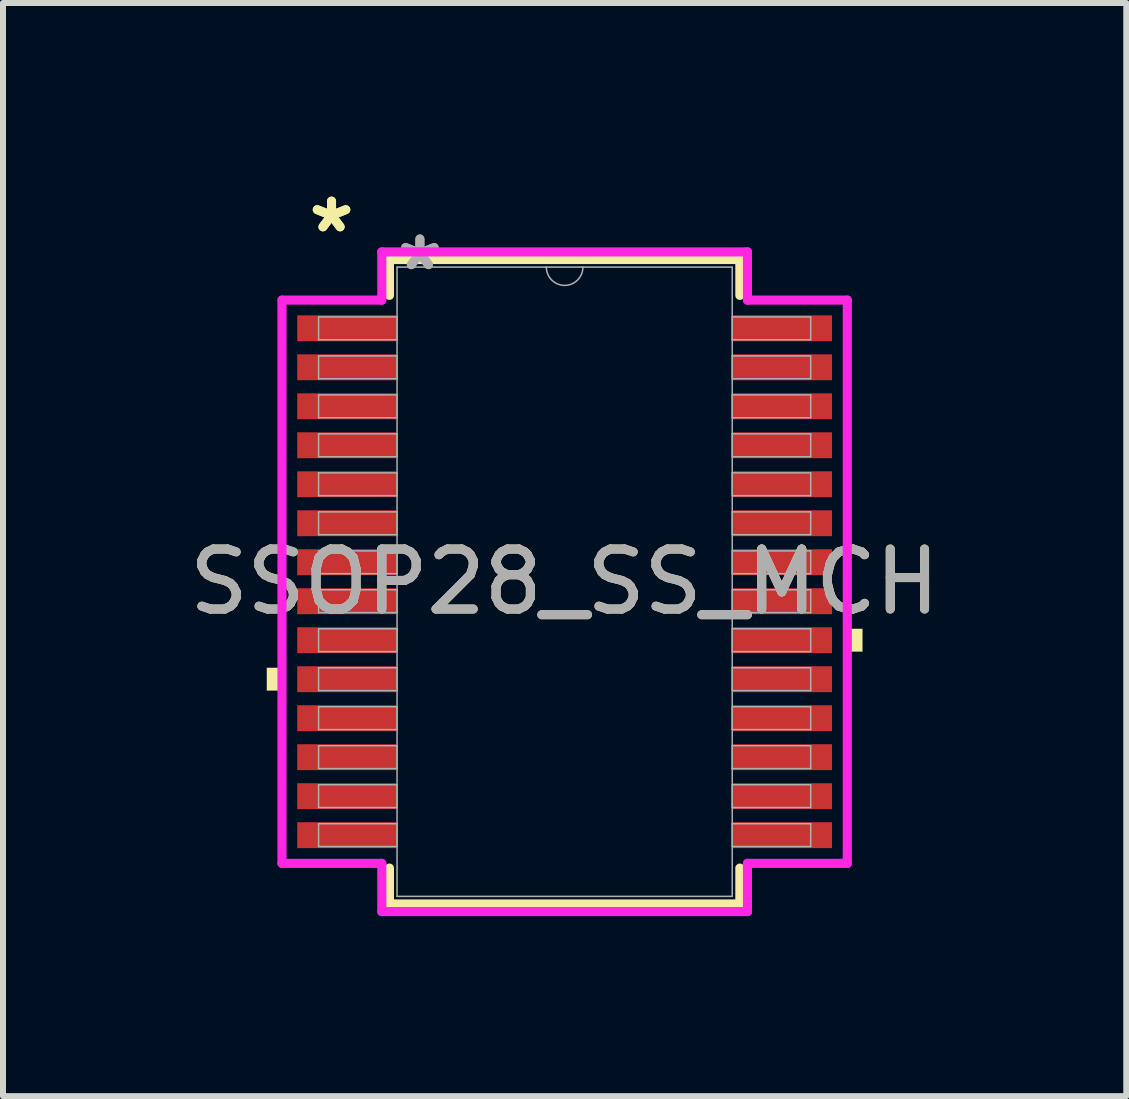
<source format=kicad_pcb>
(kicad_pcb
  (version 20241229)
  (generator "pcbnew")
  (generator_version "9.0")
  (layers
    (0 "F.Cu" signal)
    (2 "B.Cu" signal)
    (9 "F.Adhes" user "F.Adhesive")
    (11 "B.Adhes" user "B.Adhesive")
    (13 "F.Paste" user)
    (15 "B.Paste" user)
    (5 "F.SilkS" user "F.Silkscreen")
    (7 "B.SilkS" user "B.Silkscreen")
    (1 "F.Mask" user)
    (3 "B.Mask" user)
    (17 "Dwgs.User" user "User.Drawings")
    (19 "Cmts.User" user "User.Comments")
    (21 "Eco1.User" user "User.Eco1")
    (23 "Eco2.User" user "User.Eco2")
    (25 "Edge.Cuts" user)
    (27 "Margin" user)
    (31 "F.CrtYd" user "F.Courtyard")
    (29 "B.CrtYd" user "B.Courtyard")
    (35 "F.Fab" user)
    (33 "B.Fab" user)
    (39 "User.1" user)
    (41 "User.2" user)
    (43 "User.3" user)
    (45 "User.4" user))
  (footprint "SSOP28_SS_MCH"
    (layer "F.Cu")
    (at 6.363 6.648)
    (property "Reference" "SSOP28_SS_MCH" (at 0 0 0) (unlocked yes) (layer "F.SilkS") (effects (font (size 1 1) (thickness 0.15))))
    (attr smd)
    (fp_line (start -2.921 -5.372) (end -2.921 -4.774) (stroke (width 0.152) (type solid)) (layer "F.SilkS"))
    (fp_line (start -2.921 4.774) (end -2.921 5.372) (stroke (width 0.152) (type solid)) (layer "F.SilkS"))
    (fp_line (start -2.921 5.372) (end 2.921 5.372) (stroke (width 0.152) (type solid)) (layer "F.SilkS"))
    (fp_line (start 2.921 -5.372) (end -2.921 -5.372) (stroke (width 0.152) (type solid)) (layer "F.SilkS"))
    (fp_line (start 2.921 -4.774) (end 2.921 -5.372) (stroke (width 0.152) (type solid)) (layer "F.SilkS"))
    (fp_line (start 2.921 5.372) (end 2.921 4.774) (stroke (width 0.152) (type solid)) (layer "F.SilkS"))
    (fp_poly (pts (xy -4.966 1.434) (xy -4.966 1.815) (xy -4.712 1.815) (xy -4.712 1.434)) (stroke (width 0) (type solid)) (fill yes) (layer "F.SilkS"))
    (fp_poly (pts (xy 4.966 0.784) (xy 4.966 1.165) (xy 4.712 1.165) (xy 4.712 0.784)) (stroke (width 0) (type solid)) (fill yes) (layer "F.SilkS"))
    (fp_line (start -4.712 -4.695) (end -3.048 -4.695) (stroke (width 0.152) (type solid)) (layer "F.CrtYd"))
    (fp_line (start -4.712 4.695) (end -4.712 -4.695) (stroke (width 0.152) (type solid)) (layer "F.CrtYd"))
    (fp_line (start -4.712 4.695) (end -3.048 4.695) (stroke (width 0.152) (type solid)) (layer "F.CrtYd"))
    (fp_line (start -3.048 -5.499) (end 3.048 -5.499) (stroke (width 0.152) (type solid)) (layer "F.CrtYd"))
    (fp_line (start -3.048 -4.695) (end -3.048 -5.499) (stroke (width 0.152) (type solid)) (layer "F.CrtYd"))
    (fp_line (start -3.048 5.499) (end -3.048 4.695) (stroke (width 0.152) (type solid)) (layer "F.CrtYd"))
    (fp_line (start 3.048 -5.499) (end 3.048 -4.695) (stroke (width 0.152) (type solid)) (layer "F.CrtYd"))
    (fp_line (start 3.048 4.695) (end 3.048 5.499) (stroke (width 0.152) (type solid)) (layer "F.CrtYd"))
    (fp_line (start 3.048 5.499) (end -3.048 5.499) (stroke (width 0.152) (type solid)) (layer "F.CrtYd"))
    (fp_line (start 4.712 -4.695) (end 3.048 -4.695) (stroke (width 0.152) (type solid)) (layer "F.CrtYd"))
    (fp_line (start 4.712 -4.695) (end 4.712 4.695) (stroke (width 0.152) (type solid)) (layer "F.CrtYd"))
    (fp_line (start 4.712 4.695) (end 3.048 4.695) (stroke (width 0.152) (type solid)) (layer "F.CrtYd"))
    (fp_line (start -4.102 -4.415) (end -4.102 -4.034) (stroke (width 0.025) (type solid)) (layer "F.Fab"))
    (fp_line (start -4.102 -4.034) (end -2.794 -4.034) (stroke (width 0.025) (type solid)) (layer "F.Fab"))
    (fp_line (start -4.102 -3.765) (end -4.102 -3.384) (stroke (width 0.025) (type solid)) (layer "F.Fab"))
    (fp_line (start -4.102 -3.384) (end -2.794 -3.384) (stroke (width 0.025) (type solid)) (layer "F.Fab"))
    (fp_line (start -4.102 -3.115) (end -4.102 -2.734) (stroke (width 0.025) (type solid)) (layer "F.Fab"))
    (fp_line (start -4.102 -2.734) (end -2.794 -2.734) (stroke (width 0.025) (type solid)) (layer "F.Fab"))
    (fp_line (start -4.102 -2.465) (end -4.102 -2.084) (stroke (width 0.025) (type solid)) (layer "F.Fab"))
    (fp_line (start -4.102 -2.084) (end -2.794 -2.084) (stroke (width 0.025) (type solid)) (layer "F.Fab"))
    (fp_line (start -4.102 -1.815) (end -4.102 -1.434) (stroke (width 0.025) (type solid)) (layer "F.Fab"))
    (fp_line (start -4.102 -1.434) (end -2.794 -1.434) (stroke (width 0.025) (type solid)) (layer "F.Fab"))
    (fp_line (start -4.102 -1.165) (end -4.102 -0.784) (stroke (width 0.025) (type solid)) (layer "F.Fab"))
    (fp_line (start -4.102 -0.784) (end -2.794 -0.784) (stroke (width 0.025) (type solid)) (layer "F.Fab"))
    (fp_line (start -4.102 -0.515) (end -4.102 -0.134) (stroke (width 0.025) (type solid)) (layer "F.Fab"))
    (fp_line (start -4.102 -0.134) (end -2.794 -0.134) (stroke (width 0.025) (type solid)) (layer "F.Fab"))
    (fp_line (start -4.102 0.134) (end -4.102 0.515) (stroke (width 0.025) (type solid)) (layer "F.Fab"))
    (fp_line (start -4.102 0.515) (end -2.794 0.515) (stroke (width 0.025) (type solid)) (layer "F.Fab"))
    (fp_line (start -4.102 0.784) (end -4.102 1.165) (stroke (width 0.025) (type solid)) (layer "F.Fab"))
    (fp_line (start -4.102 1.165) (end -2.794 1.165) (stroke (width 0.025) (type solid)) (layer "F.Fab"))
    (fp_line (start -4.102 1.434) (end -4.102 1.815) (stroke (width 0.025) (type solid)) (layer "F.Fab"))
    (fp_line (start -4.102 1.815) (end -2.794 1.815) (stroke (width 0.025) (type solid)) (layer "F.Fab"))
    (fp_line (start -4.102 2.084) (end -4.102 2.465) (stroke (width 0.025) (type solid)) (layer "F.Fab"))
    (fp_line (start -4.102 2.465) (end -2.794 2.465) (stroke (width 0.025) (type solid)) (layer "F.Fab"))
    (fp_line (start -4.102 2.734) (end -4.102 3.115) (stroke (width 0.025) (type solid)) (layer "F.Fab"))
    (fp_line (start -4.102 3.115) (end -2.794 3.115) (stroke (width 0.025) (type solid)) (layer "F.Fab"))
    (fp_line (start -4.102 3.384) (end -4.102 3.765) (stroke (width 0.025) (type solid)) (layer "F.Fab"))
    (fp_line (start -4.102 3.765) (end -2.794 3.765) (stroke (width 0.025) (type solid)) (layer "F.Fab"))
    (fp_line (start -4.102 4.034) (end -4.102 4.415) (stroke (width 0.025) (type solid)) (layer "F.Fab"))
    (fp_line (start -4.102 4.415) (end -2.794 4.415) (stroke (width 0.025) (type solid)) (layer "F.Fab"))
    (fp_line (start -2.794 -5.245) (end -2.794 5.245) (stroke (width 0.025) (type solid)) (layer "F.Fab"))
    (fp_line (start -2.794 -4.415) (end -4.102 -4.415) (stroke (width 0.025) (type solid)) (layer "F.Fab"))
    (fp_line (start -2.794 -4.034) (end -2.794 -4.415) (stroke (width 0.025) (type solid)) (layer "F.Fab"))
    (fp_line (start -2.794 -3.765) (end -4.102 -3.765) (stroke (width 0.025) (type solid)) (layer "F.Fab"))
    (fp_line (start -2.794 -3.384) (end -2.794 -3.765) (stroke (width 0.025) (type solid)) (layer "F.Fab"))
    (fp_line (start -2.794 -3.115) (end -4.102 -3.115) (stroke (width 0.025) (type solid)) (layer "F.Fab"))
    (fp_line (start -2.794 -2.734) (end -2.794 -3.115) (stroke (width 0.025) (type solid)) (layer "F.Fab"))
    (fp_line (start -2.794 -2.465) (end -4.102 -2.465) (stroke (width 0.025) (type solid)) (layer "F.Fab"))
    (fp_line (start -2.794 -2.084) (end -2.794 -2.465) (stroke (width 0.025) (type solid)) (layer "F.Fab"))
    (fp_line (start -2.794 -1.815) (end -4.102 -1.815) (stroke (width 0.025) (type solid)) (layer "F.Fab"))
    (fp_line (start -2.794 -1.434) (end -2.794 -1.815) (stroke (width 0.025) (type solid)) (layer "F.Fab"))
    (fp_line (start -2.794 -1.165) (end -4.102 -1.165) (stroke (width 0.025) (type solid)) (layer "F.Fab"))
    (fp_line (start -2.794 -0.784) (end -2.794 -1.165) (stroke (width 0.025) (type solid)) (layer "F.Fab"))
    (fp_line (start -2.794 -0.515) (end -4.102 -0.515) (stroke (width 0.025) (type solid)) (layer "F.Fab"))
    (fp_line (start -2.794 -0.134) (end -2.794 -0.515) (stroke (width 0.025) (type solid)) (layer "F.Fab"))
    (fp_line (start -2.794 0.134) (end -4.102 0.134) (stroke (width 0.025) (type solid)) (layer "F.Fab"))
    (fp_line (start -2.794 0.515) (end -2.794 0.134) (stroke (width 0.025) (type solid)) (layer "F.Fab"))
    (fp_line (start -2.794 0.784) (end -4.102 0.784) (stroke (width 0.025) (type solid)) (layer "F.Fab"))
    (fp_line (start -2.794 1.165) (end -2.794 0.784) (stroke (width 0.025) (type solid)) (layer "F.Fab"))
    (fp_line (start -2.794 1.434) (end -4.102 1.434) (stroke (width 0.025) (type solid)) (layer "F.Fab"))
    (fp_line (start -2.794 1.815) (end -2.794 1.434) (stroke (width 0.025) (type solid)) (layer "F.Fab"))
    (fp_line (start -2.794 2.084) (end -4.102 2.084) (stroke (width 0.025) (type solid)) (layer "F.Fab"))
    (fp_line (start -2.794 2.465) (end -2.794 2.084) (stroke (width 0.025) (type solid)) (layer "F.Fab"))
    (fp_line (start -2.794 2.734) (end -4.102 2.734) (stroke (width 0.025) (type solid)) (layer "F.Fab"))
    (fp_line (start -2.794 3.115) (end -2.794 2.734) (stroke (width 0.025) (type solid)) (layer "F.Fab"))
    (fp_line (start -2.794 3.384) (end -4.102 3.384) (stroke (width 0.025) (type solid)) (layer "F.Fab"))
    (fp_line (start -2.794 3.765) (end -2.794 3.384) (stroke (width 0.025) (type solid)) (layer "F.Fab"))
    (fp_line (start -2.794 4.034) (end -4.102 4.034) (stroke (width 0.025) (type solid)) (layer "F.Fab"))
    (fp_line (start -2.794 4.415) (end -2.794 4.034) (stroke (width 0.025) (type solid)) (layer "F.Fab"))
    (fp_line (start -2.794 5.245) (end 2.794 5.245) (stroke (width 0.025) (type solid)) (layer "F.Fab"))
    (fp_line (start 2.794 -5.245) (end -2.794 -5.245) (stroke (width 0.025) (type solid)) (layer "F.Fab"))
    (fp_line (start 2.794 -4.415) (end 2.794 -4.034) (stroke (width 0.025) (type solid)) (layer "F.Fab"))
    (fp_line (start 2.794 -4.034) (end 4.102 -4.034) (stroke (width 0.025) (type solid)) (layer "F.Fab"))
    (fp_line (start 2.794 -3.765) (end 2.794 -3.384) (stroke (width 0.025) (type solid)) (layer "F.Fab"))
    (fp_line (start 2.794 -3.384) (end 4.102 -3.384) (stroke (width 0.025) (type solid)) (layer "F.Fab"))
    (fp_line (start 2.794 -3.115) (end 2.794 -2.734) (stroke (width 0.025) (type solid)) (layer "F.Fab"))
    (fp_line (start 2.794 -2.734) (end 4.102 -2.734) (stroke (width 0.025) (type solid)) (layer "F.Fab"))
    (fp_line (start 2.794 -2.465) (end 2.794 -2.084) (stroke (width 0.025) (type solid)) (layer "F.Fab"))
    (fp_line (start 2.794 -2.084) (end 4.102 -2.084) (stroke (width 0.025) (type solid)) (layer "F.Fab"))
    (fp_line (start 2.794 -1.815) (end 2.794 -1.434) (stroke (width 0.025) (type solid)) (layer "F.Fab"))
    (fp_line (start 2.794 -1.434) (end 4.102 -1.434) (stroke (width 0.025) (type solid)) (layer "F.Fab"))
    (fp_line (start 2.794 -1.165) (end 2.794 -0.784) (stroke (width 0.025) (type solid)) (layer "F.Fab"))
    (fp_line (start 2.794 -0.784) (end 4.102 -0.784) (stroke (width 0.025) (type solid)) (layer "F.Fab"))
    (fp_line (start 2.794 -0.515) (end 2.794 -0.134) (stroke (width 0.025) (type solid)) (layer "F.Fab"))
    (fp_line (start 2.794 -0.134) (end 4.102 -0.134) (stroke (width 0.025) (type solid)) (layer "F.Fab"))
    (fp_line (start 2.794 0.134) (end 2.794 0.515) (stroke (width 0.025) (type solid)) (layer "F.Fab"))
    (fp_line (start 2.794 0.515) (end 4.102 0.515) (stroke (width 0.025) (type solid)) (layer "F.Fab"))
    (fp_line (start 2.794 0.784) (end 2.794 1.165) (stroke (width 0.025) (type solid)) (layer "F.Fab"))
    (fp_line (start 2.794 1.165) (end 4.102 1.165) (stroke (width 0.025) (type solid)) (layer "F.Fab"))
    (fp_line (start 2.794 1.434) (end 2.794 1.815) (stroke (width 0.025) (type solid)) (layer "F.Fab"))
    (fp_line (start 2.794 1.815) (end 4.102 1.815) (stroke (width 0.025) (type solid)) (layer "F.Fab"))
    (fp_line (start 2.794 2.084) (end 2.794 2.465) (stroke (width 0.025) (type solid)) (layer "F.Fab"))
    (fp_line (start 2.794 2.465) (end 4.102 2.465) (stroke (width 0.025) (type solid)) (layer "F.Fab"))
    (fp_line (start 2.794 2.734) (end 2.794 3.115) (stroke (width 0.025) (type solid)) (layer "F.Fab"))
    (fp_line (start 2.794 3.115) (end 4.102 3.115) (stroke (width 0.025) (type solid)) (layer "F.Fab"))
    (fp_line (start 2.794 3.384) (end 2.794 3.765) (stroke (width 0.025) (type solid)) (layer "F.Fab"))
    (fp_line (start 2.794 3.765) (end 4.102 3.765) (stroke (width 0.025) (type solid)) (layer "F.Fab"))
    (fp_line (start 2.794 4.034) (end 2.794 4.415) (stroke (width 0.025) (type solid)) (layer "F.Fab"))
    (fp_line (start 2.794 4.415) (end 4.102 4.415) (stroke (width 0.025) (type solid)) (layer "F.Fab"))
    (fp_line (start 2.794 5.245) (end 2.794 -5.245) (stroke (width 0.025) (type solid)) (layer "F.Fab"))
    (fp_line (start 4.102 -4.415) (end 2.794 -4.415) (stroke (width 0.025) (type solid)) (layer "F.Fab"))
    (fp_line (start 4.102 -4.034) (end 4.102 -4.415) (stroke (width 0.025) (type solid)) (layer "F.Fab"))
    (fp_line (start 4.102 -3.765) (end 2.794 -3.765) (stroke (width 0.025) (type solid)) (layer "F.Fab"))
    (fp_line (start 4.102 -3.384) (end 4.102 -3.765) (stroke (width 0.025) (type solid)) (layer "F.Fab"))
    (fp_line (start 4.102 -3.115) (end 2.794 -3.115) (stroke (width 0.025) (type solid)) (layer "F.Fab"))
    (fp_line (start 4.102 -2.734) (end 4.102 -3.115) (stroke (width 0.025) (type solid)) (layer "F.Fab"))
    (fp_line (start 4.102 -2.465) (end 2.794 -2.465) (stroke (width 0.025) (type solid)) (layer "F.Fab"))
    (fp_line (start 4.102 -2.084) (end 4.102 -2.465) (stroke (width 0.025) (type solid)) (layer "F.Fab"))
    (fp_line (start 4.102 -1.815) (end 2.794 -1.815) (stroke (width 0.025) (type solid)) (layer "F.Fab"))
    (fp_line (start 4.102 -1.434) (end 4.102 -1.815) (stroke (width 0.025) (type solid)) (layer "F.Fab"))
    (fp_line (start 4.102 -1.165) (end 2.794 -1.165) (stroke (width 0.025) (type solid)) (layer "F.Fab"))
    (fp_line (start 4.102 -0.784) (end 4.102 -1.165) (stroke (width 0.025) (type solid)) (layer "F.Fab"))
    (fp_line (start 4.102 -0.515) (end 2.794 -0.515) (stroke (width 0.025) (type solid)) (layer "F.Fab"))
    (fp_line (start 4.102 -0.134) (end 4.102 -0.515) (stroke (width 0.025) (type solid)) (layer "F.Fab"))
    (fp_line (start 4.102 0.134) (end 2.794 0.134) (stroke (width 0.025) (type solid)) (layer "F.Fab"))
    (fp_line (start 4.102 0.515) (end 4.102 0.134) (stroke (width 0.025) (type solid)) (layer "F.Fab"))
    (fp_line (start 4.102 0.784) (end 2.794 0.784) (stroke (width 0.025) (type solid)) (layer "F.Fab"))
    (fp_line (start 4.102 1.165) (end 4.102 0.784) (stroke (width 0.025) (type solid)) (layer "F.Fab"))
    (fp_line (start 4.102 1.434) (end 2.794 1.434) (stroke (width 0.025) (type solid)) (layer "F.Fab"))
    (fp_line (start 4.102 1.815) (end 4.102 1.434) (stroke (width 0.025) (type solid)) (layer "F.Fab"))
    (fp_line (start 4.102 2.084) (end 2.794 2.084) (stroke (width 0.025) (type solid)) (layer "F.Fab"))
    (fp_line (start 4.102 2.465) (end 4.102 2.084) (stroke (width 0.025) (type solid)) (layer "F.Fab"))
    (fp_line (start 4.102 2.734) (end 2.794 2.734) (stroke (width 0.025) (type solid)) (layer "F.Fab"))
    (fp_line (start 4.102 3.115) (end 4.102 2.734) (stroke (width 0.025) (type solid)) (layer "F.Fab"))
    (fp_line (start 4.102 3.384) (end 2.794 3.384) (stroke (width 0.025) (type solid)) (layer "F.Fab"))
    (fp_line (start 4.102 3.765) (end 4.102 3.384) (stroke (width 0.025) (type solid)) (layer "F.Fab"))
    (fp_line (start 4.102 4.034) (end 2.794 4.034) (stroke (width 0.025) (type solid)) (layer "F.Fab"))
    (fp_line (start 4.102 4.415) (end 4.102 4.034) (stroke (width 0.025) (type solid)) (layer "F.Fab"))
    (fp_arc (start 0.3048 -5.2451) (mid 0 -4.9403) (end -0.3048 -5.2451) (stroke (width 0.0254) (type solid)) (layer "F.Fab"))
    (fp_text user "*" (at -3.886 -5.8 0) (unlocked yes) (layer "F.SilkS") (effects (font (size 1 1) (thickness 0.15))))
    (fp_text user "*" (at -3.886 -5.8 0) (layer "F.SilkS") (effects (font (size 1 1) (thickness 0.15))))
    (fp_text user "*" (at -2.413 -5.169 0) (unlocked yes) (layer "F.Fab") (effects (font (size 1 1) (thickness 0.15))))
    (fp_text user "*" (at -2.413 -5.169 0) (layer "F.Fab") (effects (font (size 1 1) (thickness 0.15))))
    (fp_text user "${REFERENCE}" (at 0 0 0) (unlocked yes) (layer "F.Fab") (effects (font (size 1 1) (thickness 0.15))))
    (pad "1" smd rect (at -3.632 -4.225) (size 1.651 0.432) (layers "F.Cu" "F.Mask" "F.Paste"))
    (pad "2" smd rect (at -3.632 -3.575) (size 1.651 0.432) (layers "F.Cu" "F.Mask" "F.Paste"))
    (pad "3" smd rect (at -3.632 -2.925) (size 1.651 0.432) (layers "F.Cu" "F.Mask" "F.Paste"))
    (pad "4" smd rect (at -3.632 -2.275) (size 1.651 0.432) (layers "F.Cu" "F.Mask" "F.Paste"))
    (pad "5" smd rect (at -3.632 -1.625) (size 1.651 0.432) (layers "F.Cu" "F.Mask" "F.Paste"))
    (pad "6" smd rect (at -3.632 -0.975) (size 1.651 0.432) (layers "F.Cu" "F.Mask" "F.Paste"))
    (pad "7" smd rect (at -3.632 -0.325) (size 1.651 0.432) (layers "F.Cu" "F.Mask" "F.Paste"))
    (pad "8" smd rect (at -3.632 0.325) (size 1.651 0.432) (layers "F.Cu" "F.Mask" "F.Paste"))
    (pad "9" smd rect (at -3.632 0.975) (size 1.651 0.432) (layers "F.Cu" "F.Mask" "F.Paste"))
    (pad "10" smd rect (at -3.632 1.625) (size 1.651 0.432) (layers "F.Cu" "F.Mask" "F.Paste"))
    (pad "11" smd rect (at -3.632 2.275) (size 1.651 0.432) (layers "F.Cu" "F.Mask" "F.Paste"))
    (pad "12" smd rect (at -3.632 2.925) (size 1.651 0.432) (layers "F.Cu" "F.Mask" "F.Paste"))
    (pad "13" smd rect (at -3.632 3.575) (size 1.651 0.432) (layers "F.Cu" "F.Mask" "F.Paste"))
    (pad "14" smd rect (at -3.632 4.225) (size 1.651 0.432) (layers "F.Cu" "F.Mask" "F.Paste"))
    (pad "15" smd rect (at 3.632 4.225) (size 1.651 0.432) (layers "F.Cu" "F.Mask" "F.Paste"))
    (pad "16" smd rect (at 3.632 3.575) (size 1.651 0.432) (layers "F.Cu" "F.Mask" "F.Paste"))
    (pad "17" smd rect (at 3.632 2.925) (size 1.651 0.432) (layers "F.Cu" "F.Mask" "F.Paste"))
    (pad "18" smd rect (at 3.632 2.275) (size 1.651 0.432) (layers "F.Cu" "F.Mask" "F.Paste"))
    (pad "19" smd rect (at 3.632 1.625) (size 1.651 0.432) (layers "F.Cu" "F.Mask" "F.Paste"))
    (pad "20" smd rect (at 3.632 0.975) (size 1.651 0.432) (layers "F.Cu" "F.Mask" "F.Paste"))
    (pad "21" smd rect (at 3.632 0.325) (size 1.651 0.432) (layers "F.Cu" "F.Mask" "F.Paste"))
    (pad "22" smd rect (at 3.632 -0.325) (size 1.651 0.432) (layers "F.Cu" "F.Mask" "F.Paste"))
    (pad "23" smd rect (at 3.632 -0.975) (size 1.651 0.432) (layers "F.Cu" "F.Mask" "F.Paste"))
    (pad "24" smd rect (at 3.632 -1.625) (size 1.651 0.432) (layers "F.Cu" "F.Mask" "F.Paste"))
    (pad "25" smd rect (at 3.632 -2.275) (size 1.651 0.432) (layers "F.Cu" "F.Mask" "F.Paste"))
    (pad "26" smd rect (at 3.632 -2.925) (size 1.651 0.432) (layers "F.Cu" "F.Mask" "F.Paste"))
    (pad "27" smd rect (at 3.632 -3.575) (size 1.651 0.432) (layers "F.Cu" "F.Mask" "F.Paste"))
    (pad "28" smd rect (at 3.632 -4.225) (size 1.651 0.432) (layers "F.Cu" "F.Mask" "F.Paste")))
  (gr_rect
    (start -3 -3)
    (end 15.726 15.223)
    (stroke (width 0.1) (type default))
    (fill no)
    (layer "Edge.Cuts")))
</source>
